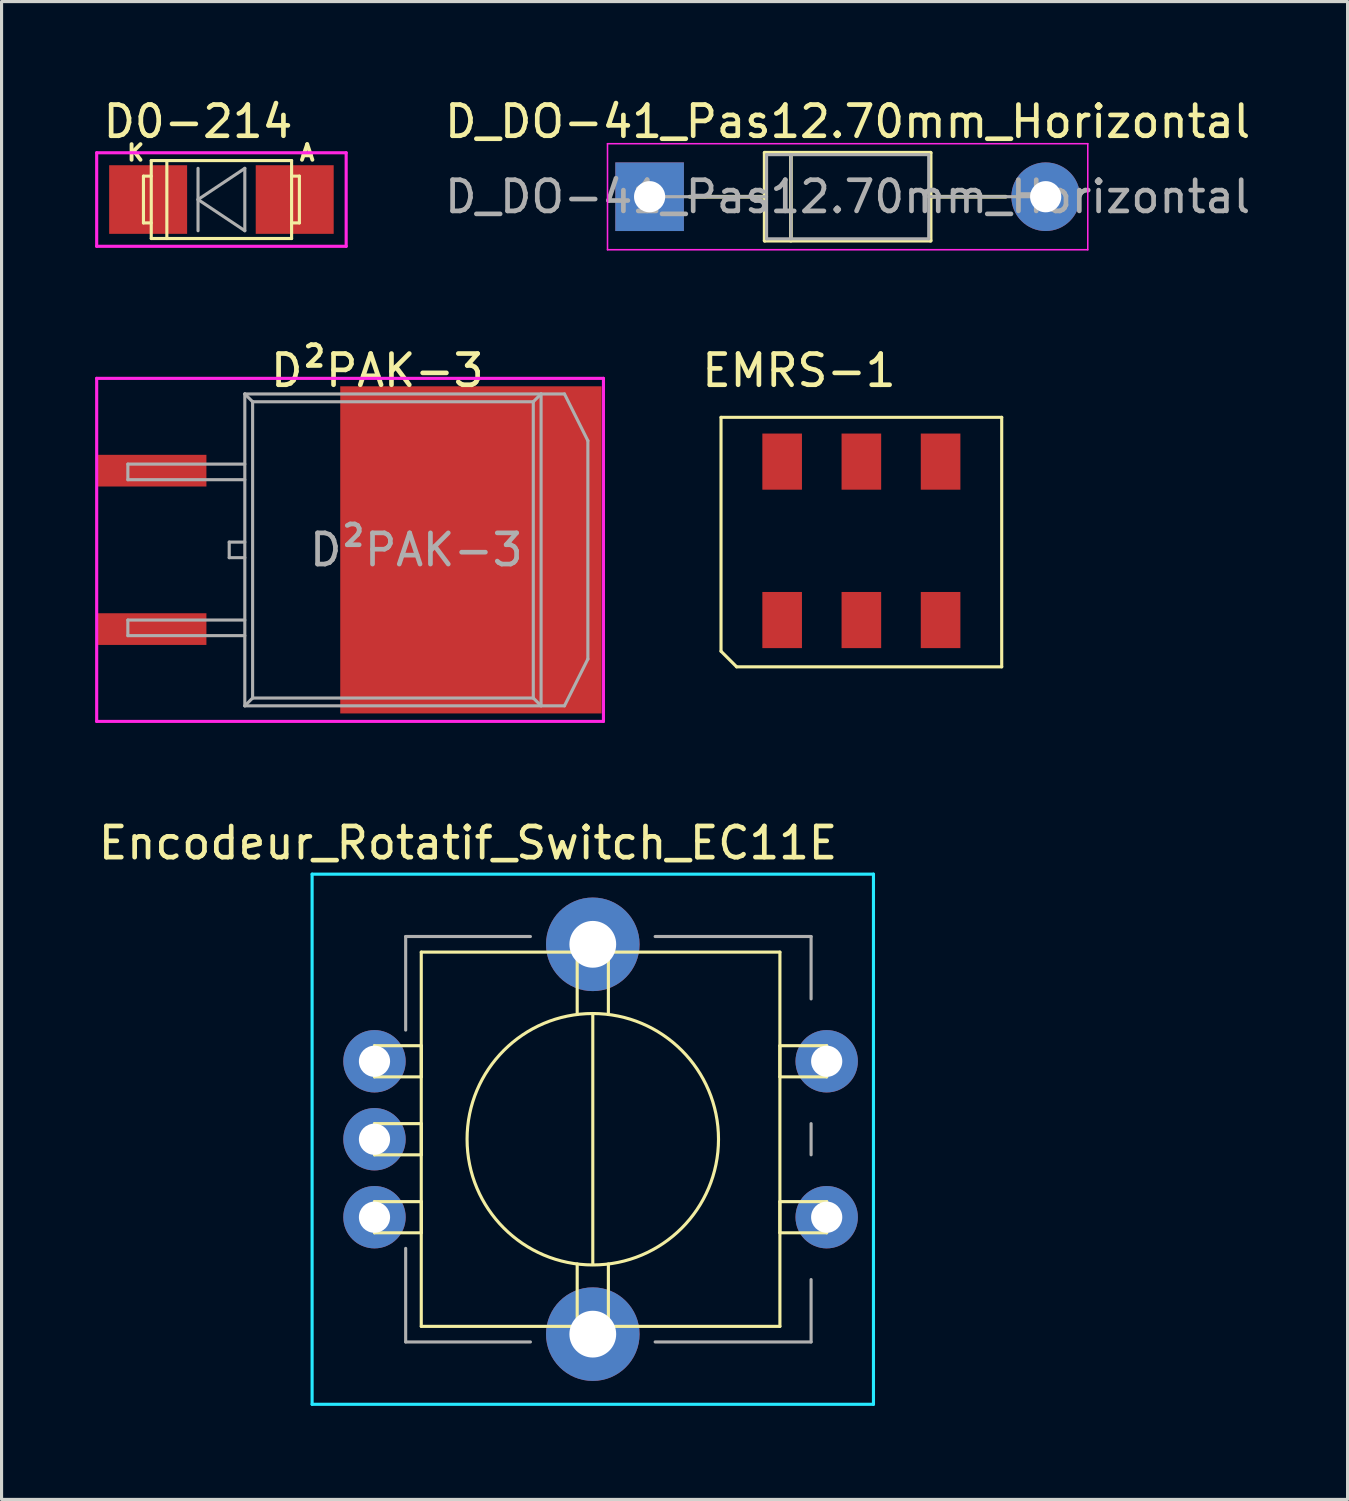
<source format=kicad_pcb>
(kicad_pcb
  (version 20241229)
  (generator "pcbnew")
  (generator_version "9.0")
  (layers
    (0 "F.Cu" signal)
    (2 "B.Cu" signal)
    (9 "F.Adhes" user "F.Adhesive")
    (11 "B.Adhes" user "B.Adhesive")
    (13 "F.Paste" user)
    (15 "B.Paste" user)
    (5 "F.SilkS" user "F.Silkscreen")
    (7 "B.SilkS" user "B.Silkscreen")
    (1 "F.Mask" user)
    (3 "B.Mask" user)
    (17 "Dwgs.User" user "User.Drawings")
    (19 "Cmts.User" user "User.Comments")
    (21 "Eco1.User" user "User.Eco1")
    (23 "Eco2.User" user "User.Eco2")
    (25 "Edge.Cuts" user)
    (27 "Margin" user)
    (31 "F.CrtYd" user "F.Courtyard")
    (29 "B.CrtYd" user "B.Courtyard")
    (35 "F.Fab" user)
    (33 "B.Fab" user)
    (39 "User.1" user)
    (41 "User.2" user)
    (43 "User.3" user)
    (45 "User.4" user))
  (footprint "Encodeur_Rotatif_Switch_EC11E"
    (layer "F.Cu")
    (at 8.958 30.98)
    (property "Reference" "Encodeur_Rotatif_Switch_EC11E" (at 3 -7 0) (layer "F.SilkS") (effects (font (size 1 1) (thickness 0.15))))
    (attr through_hole)
    (fp_line (start 0 -0.5) (end 1.5 -0.5) (stroke (width 0.1) (type solid)) (layer "F.SilkS"))
    (fp_line (start 0 0.5) (end 0 -0.5) (stroke (width 0.1) (type solid)) (layer "F.SilkS"))
    (fp_line (start 0 2) (end 0 3) (stroke (width 0.1) (type solid)) (layer "F.SilkS"))
    (fp_line (start 0 3) (end 1.5 3) (stroke (width 0.1) (type solid)) (layer "F.SilkS"))
    (fp_line (start 0 4.5) (end 0 5.5) (stroke (width 0.1) (type solid)) (layer "F.SilkS"))
    (fp_line (start 0 5.5) (end 1.5 5.5) (stroke (width 0.1) (type solid)) (layer "F.SilkS"))
    (fp_line (start 1.5 -3.5) (end 13 -3.5) (stroke (width 0.1) (type solid)) (layer "F.SilkS"))
    (fp_line (start 1.5 -0.5) (end 1.5 0.5) (stroke (width 0.1) (type solid)) (layer "F.SilkS"))
    (fp_line (start 1.5 0.5) (end 0 0.5) (stroke (width 0.1) (type solid)) (layer "F.SilkS"))
    (fp_line (start 1.5 2) (end 0 2) (stroke (width 0.1) (type solid)) (layer "F.SilkS"))
    (fp_line (start 1.5 3) (end 1.5 2) (stroke (width 0.1) (type solid)) (layer "F.SilkS"))
    (fp_line (start 1.5 4.5) (end 0 4.5) (stroke (width 0.1) (type solid)) (layer "F.SilkS"))
    (fp_line (start 1.5 5.5) (end 1.5 4.5) (stroke (width 0.1) (type solid)) (layer "F.SilkS"))
    (fp_line (start 1.5 8.5) (end 1.5 -3.5) (stroke (width 0.1) (type solid)) (layer "F.SilkS"))
    (fp_line (start 6.5 -4) (end 7.5 -4) (stroke (width 0.1) (type solid)) (layer "F.SilkS"))
    (fp_line (start 6.5 -3.5) (end 6.5 -4) (stroke (width 0.1) (type solid)) (layer "F.SilkS"))
    (fp_line (start 6.5 -1.5) (end 6.5 -3.5) (stroke (width 0.1) (type solid)) (layer "F.SilkS"))
    (fp_line (start 6.5 8.5) (end 6.5 6.5) (stroke (width 0.1) (type solid)) (layer "F.SilkS"))
    (fp_line (start 6.5 8.5) (end 6.5 9) (stroke (width 0.1) (type solid)) (layer "F.SilkS"))
    (fp_line (start 6.5 9) (end 7.5 9) (stroke (width 0.1) (type solid)) (layer "F.SilkS"))
    (fp_line (start 7 6.5) (end 7 -1.5) (stroke (width 0.1) (type solid)) (layer "F.SilkS"))
    (fp_line (start 7.5 -4) (end 7.5 -3.5) (stroke (width 0.1) (type solid)) (layer "F.SilkS"))
    (fp_line (start 7.5 -1.5) (end 7.5 -3.5) (stroke (width 0.1) (type solid)) (layer "F.SilkS"))
    (fp_line (start 7.5 8.5) (end 7.5 6.5) (stroke (width 0.1) (type solid)) (layer "F.SilkS"))
    (fp_line (start 7.5 9) (end 7.5 8.5) (stroke (width 0.1) (type solid)) (layer "F.SilkS"))
    (fp_line (start 13 -3.5) (end 13 8.5) (stroke (width 0.1) (type solid)) (layer "F.SilkS"))
    (fp_line (start 13 -0.5) (end 14.5 -0.5) (stroke (width 0.1) (type solid)) (layer "F.SilkS"))
    (fp_line (start 13 0.5) (end 13 -0.5) (stroke (width 0.1) (type solid)) (layer "F.SilkS"))
    (fp_line (start 13 4.5) (end 14.5 4.5) (stroke (width 0.1) (type solid)) (layer "F.SilkS"))
    (fp_line (start 13 5.5) (end 13 4.5) (stroke (width 0.1) (type solid)) (layer "F.SilkS"))
    (fp_line (start 13 8.5) (end 1.5 8.5) (stroke (width 0.1) (type solid)) (layer "F.SilkS"))
    (fp_line (start 14.5 -0.5) (end 14.5 0.5) (stroke (width 0.1) (type solid)) (layer "F.SilkS"))
    (fp_line (start 14.5 0.5) (end 13 0.5) (stroke (width 0.1) (type solid)) (layer "F.SilkS"))
    (fp_line (start 14.5 4.5) (end 14.5 5.5) (stroke (width 0.1) (type solid)) (layer "F.SilkS"))
    (fp_line (start 14.5 5.5) (end 13 5.5) (stroke (width 0.1) (type solid)) (layer "F.SilkS"))
    (fp_circle (center 7 2.5) (end 11 3) (stroke (width 0.1) (type solid)) (fill no) (layer "F.SilkS"))
    (fp_line (start -2 -6) (end 16 -6) (stroke (width 0.1) (type solid)) (layer "B.CrtYd"))
    (fp_line (start -2 11) (end -2 -6) (stroke (width 0.1) (type solid)) (layer "B.CrtYd"))
    (fp_line (start 16 -6) (end 16 11) (stroke (width 0.1) (type solid)) (layer "B.CrtYd"))
    (fp_line (start 16 11) (end -2 11) (stroke (width 0.1) (type solid)) (layer "B.CrtYd"))
    (fp_line (start 1 -4) (end 1 -1) (stroke (width 0.1) (type solid)) (layer "F.Fab"))
    (fp_line (start 1 9) (end 1 6) (stroke (width 0.1) (type solid)) (layer "F.Fab"))
    (fp_line (start 5 -4) (end 1 -4) (stroke (width 0.1) (type solid)) (layer "F.Fab"))
    (fp_line (start 5 9) (end 1 9) (stroke (width 0.1) (type solid)) (layer "F.Fab"))
    (fp_line (start 9 -4) (end 14 -4) (stroke (width 0.1) (type solid)) (layer "F.Fab"))
    (fp_line (start 14 -4) (end 14 -2) (stroke (width 0.1) (type solid)) (layer "F.Fab"))
    (fp_line (start 14 2) (end 14 3) (stroke (width 0.1) (type solid)) (layer "F.Fab"))
    (fp_line (start 14 7) (end 14 9) (stroke (width 0.1) (type solid)) (layer "F.Fab"))
    (fp_line (start 14 9) (end 9 9) (stroke (width 0.1) (type solid)) (layer "F.Fab"))
    (pad "A" thru_hole circle (at 0 0) (size 2 2) (drill 1) (layers "*.Cu" "*.Mask"))
    (pad "B" thru_hole circle (at 0 2.5) (size 2 2) (drill 1) (layers "*.Cu" "*.Mask"))
    (pad "C" thru_hole circle (at 0 5) (size 2 2) (drill 1) (layers "*.Cu" "*.Mask"))
    (pad "GND" thru_hole circle (at 7 -3.75) (size 3 3) (drill 1.5) (layers "*.Cu" "*.Mask"))
    (pad "GND" thru_hole circle (at 7 8.75) (size 3 3) (drill 1.5) (layers "*.Cu" "*.Mask"))
    (pad "S1" thru_hole circle (at 14.5 0) (size 2 2) (drill 1) (layers "*.Cu" "*.Mask"))
    (pad "S2" thru_hole circle (at 14.5 5) (size 2 2) (drill 1) (layers "*.Cu" "*.Mask")))
  (footprint "EMRS-1"
    (layer "F.Cu")
    (at 24.57 14.832)
    (property "Reference" "EMRS-1" (at -2 -6 0) (layer "F.SilkS") (effects (font (size 1 1) (thickness 0.15))))
    (attr through_hole)
    (fp_line (start -4.5 -4.5) (end -4.5 3) (stroke (width 0.1) (type solid)) (layer "F.SilkS"))
    (fp_line (start -4.5 -4.5) (end 4.5 -4.5) (stroke (width 0.1) (type solid)) (layer "F.SilkS"))
    (fp_line (start -4.5 3) (end -4 3.5) (stroke (width 0.1) (type solid)) (layer "F.SilkS"))
    (fp_line (start -4 3.5) (end 4.5 3.5) (stroke (width 0.1) (type solid)) (layer "F.SilkS"))
    (fp_line (start 4.5 -4.5) (end 4.5 3.5) (stroke (width 0.1) (type solid)) (layer "F.SilkS"))
    (pad "1" smd rect (at -2.54 -3.08) (size 1.27 1.8) (layers "F.Cu" "F.Mask" "F.Paste"))
    (pad "2" smd rect (at 0 -3.08) (size 1.27 1.8) (layers "F.Cu" "F.Mask" "F.Paste"))
    (pad "3" smd rect (at 2.54 -3.08) (size 1.27 1.8) (layers "F.Cu" "F.Mask" "F.Paste"))
    (pad "4" smd rect (at 2.54 2) (size 1.27 1.8) (layers "F.Cu" "F.Mask" "F.Paste"))
    (pad "5" smd rect (at 0 2) (size 1.27 1.8) (layers "F.Cu" "F.Mask" "F.Paste"))
    (pad "6" smd rect (at -2.54 2) (size 1.27 1.8) (layers "F.Cu" "F.Mask" "F.Paste")))
  (footprint "D0-214"
    (layer "F.Cu")
    (at 4.05 3.348)
    (property "Reference" "D0-214" (at -0.75 -2.5 0) (layer "F.SilkS") (effects (font (size 1 1) (thickness 0.15))))
    (attr through_hole)
    (fp_line (start -2.5 -0.75) (end -2.5 0.75) (stroke (width 0.1) (type solid)) (layer "F.SilkS"))
    (fp_line (start -2.5 0.75) (end -2.25 0.75) (stroke (width 0.1) (type solid)) (layer "F.SilkS"))
    (fp_line (start -2.25 -1.25) (end 2.25 -1.25) (stroke (width 0.1) (type solid)) (layer "F.SilkS"))
    (fp_line (start -2.25 -0.75) (end -2.5 -0.75) (stroke (width 0.1) (type solid)) (layer "F.SilkS"))
    (fp_line (start -2.25 1.25) (end -2.25 -1.25) (stroke (width 0.1) (type solid)) (layer "F.SilkS"))
    (fp_line (start -1.75 -1.25) (end -1.75 1.25) (stroke (width 0.1) (type solid)) (layer "F.SilkS"))
    (fp_line (start 2.25 -1.25) (end 2.25 1.25) (stroke (width 0.1) (type solid)) (layer "F.SilkS"))
    (fp_line (start 2.25 -0.75) (end 2.5 -0.75) (stroke (width 0.1) (type solid)) (layer "F.SilkS"))
    (fp_line (start 2.25 1.25) (end -2.25 1.25) (stroke (width 0.1) (type solid)) (layer "F.SilkS"))
    (fp_line (start 2.5 -0.75) (end 2.5 0.75) (stroke (width 0.1) (type solid)) (layer "F.SilkS"))
    (fp_line (start 2.5 0.75) (end 2.25 0.75) (stroke (width 0.1) (type solid)) (layer "F.SilkS"))
    (fp_line (start -4 -1.5) (end 4 -1.5) (stroke (width 0.1) (type solid)) (layer "F.CrtYd"))
    (fp_line (start -4 1.5) (end -4 -1.5) (stroke (width 0.1) (type solid)) (layer "F.CrtYd"))
    (fp_line (start 4 -1.5) (end 4 1.5) (stroke (width 0.1) (type solid)) (layer "F.CrtYd"))
    (fp_line (start 4 1.5) (end -4 1.5) (stroke (width 0.1) (type solid)) (layer "F.CrtYd"))
    (fp_line (start -0.75 -1) (end -0.75 1) (stroke (width 0.1) (type solid)) (layer "F.Fab"))
    (fp_line (start -0.75 0) (end 0.75 -1) (stroke (width 0.1) (type solid)) (layer "F.Fab"))
    (fp_line (start 0.75 -1) (end 0.75 1) (stroke (width 0.1) (type solid)) (layer "F.Fab"))
    (fp_line (start 0.75 1) (end -0.75 0) (stroke (width 0.1) (type solid)) (layer "F.Fab"))
    (fp_text user "A" (at 2.75 -1.5 0) (layer "F.SilkS") (effects (font (size 0.5 0.5) (thickness 0.125))))
    (fp_text user "K" (at -2.75 -1.5 0) (layer "F.SilkS") (effects (font (size 0.5 0.5) (thickness 0.125))))
    (pad "1" smd rect (at -2.35 0) (size 2.5 2.2) (layers "F.Cu" "F.Mask" "F.Paste"))
    (pad "2" smd rect (at 2.35 0) (size 2.5 2.2) (layers "F.Cu" "F.Mask" "F.Paste")))
  (footprint "D²PAK-3"
    (layer "F.Cu")
    (at 12.05 14.582)
    (property "Reference" "D²PAK-3" (at -3 -5.75 0) (layer "F.SilkS") (effects (font (size 1 1) (thickness 0.15))))
    (attr smd)
    (fp_line (start -12 -5.5) (end 4.25 -5.5) (stroke (width 0.1) (type solid)) (layer "F.CrtYd"))
    (fp_line (start -12 5.5) (end -12 -5.5) (stroke (width 0.1) (type solid)) (layer "F.CrtYd"))
    (fp_line (start 4.25 -5.5) (end 4.25 5.5) (stroke (width 0.1) (type solid)) (layer "F.CrtYd"))
    (fp_line (start 4.25 5.5) (end -12 5.5) (stroke (width 0.1) (type solid)) (layer "F.CrtYd"))
    (fp_line (start -11 -2.75) (end -11 -2.25) (stroke (width 0.1) (type solid)) (layer "F.Fab"))
    (fp_line (start -11 -2.25) (end -7.25 -2.25) (stroke (width 0.1) (type solid)) (layer "F.Fab"))
    (fp_line (start -11 2.25) (end -11 2.75) (stroke (width 0.1) (type solid)) (layer "F.Fab"))
    (fp_line (start -11 2.75) (end -7.25 2.75) (stroke (width 0.1) (type solid)) (layer "F.Fab"))
    (fp_line (start -7.75 -0.25) (end -7.75 0.25) (stroke (width 0.1) (type solid)) (layer "F.Fab"))
    (fp_line (start -7.75 0.25) (end -7.25 0.25) (stroke (width 0.1) (type solid)) (layer "F.Fab"))
    (fp_line (start -7.25 -5) (end -7.25 5) (stroke (width 0.1) (type solid)) (layer "F.Fab"))
    (fp_line (start -7.25 -2.75) (end -11 -2.75) (stroke (width 0.1) (type solid)) (layer "F.Fab"))
    (fp_line (start -7.25 -0.25) (end -7.75 -0.25) (stroke (width 0.1) (type solid)) (layer "F.Fab"))
    (fp_line (start -7.25 2.25) (end -11 2.25) (stroke (width 0.1) (type solid)) (layer "F.Fab"))
    (fp_line (start -7.25 5) (end 3 5) (stroke (width 0.1) (type solid)) (layer "F.Fab"))
    (fp_line (start -7 -4.75) (end -7.25 -5) (stroke (width 0.1) (type solid)) (layer "F.Fab"))
    (fp_line (start -7 -4.75) (end -7 4.75) (stroke (width 0.1) (type solid)) (layer "F.Fab"))
    (fp_line (start -7 4.75) (end -7.25 5) (stroke (width 0.1) (type solid)) (layer "F.Fab"))
    (fp_line (start -7 4.75) (end 2 4.75) (stroke (width 0.1) (type solid)) (layer "F.Fab"))
    (fp_line (start 2 -4.75) (end -7 -4.75) (stroke (width 0.1) (type solid)) (layer "F.Fab"))
    (fp_line (start 2 4.75) (end 2 -4.75) (stroke (width 0.1) (type solid)) (layer "F.Fab"))
    (fp_line (start 2 4.75) (end 2.25 5) (stroke (width 0.1) (type solid)) (layer "F.Fab"))
    (fp_line (start 2.25 -5) (end 2 -4.75) (stroke (width 0.1) (type solid)) (layer "F.Fab"))
    (fp_line (start 2.25 -5) (end 2.25 5) (stroke (width 0.1) (type solid)) (layer "F.Fab"))
    (fp_line (start 3 -5) (end -7.25 -5) (stroke (width 0.1) (type solid)) (layer "F.Fab"))
    (fp_line (start 3 5) (end 3.75 3.5) (stroke (width 0.1) (type solid)) (layer "F.Fab"))
    (fp_line (start 3.75 -3.5) (end 3 -5) (stroke (width 0.1) (type solid)) (layer "F.Fab"))
    (fp_line (start 3.75 3.5) (end 3.75 -3.5) (stroke (width 0.1) (type solid)) (layer "F.Fab"))
    (fp_text user "${REFERENCE}" (at -1.75 0 0) (layer "F.Fab") (effects (font (size 1 1) (thickness 0.15))))
    (pad "1" smd rect (at -10.233 -2.54) (size 3.504 1.016) (layers "F.Cu" "F.Mask" "F.Paste"))
    (pad "2" smd rect (at 0 0) (size 8.38 10.49) (layers "F.Cu" "F.Mask"))
    (pad "3" smd rect (at -10.233 2.54) (size 3.504 1.016) (layers "F.Cu" "F.Mask" "F.Paste")))
  (footprint "D_DO-41_Pas12.70mm_Horizontal"
    (layer "F.Cu")
    (at 17.78 3.258)
    (property "Reference" "D_DO-41_Pas12.70mm_Horizontal" (at 6.35 -2.41 0) (layer "F.SilkS") (effects (font (size 1 1) (thickness 0.15))))
    (attr through_hole)
    (fp_line (start 1.28 0) (end 3.69 0) (stroke (width 0.12) (type solid)) (layer "F.SilkS"))
    (fp_line (start 3.69 -1.41) (end 3.69 1.41) (stroke (width 0.12) (type solid)) (layer "F.SilkS"))
    (fp_line (start 3.69 1.41) (end 9.01 1.41) (stroke (width 0.12) (type solid)) (layer "F.SilkS"))
    (fp_line (start 4.53 -1.41) (end 4.53 1.41) (stroke (width 0.12) (type solid)) (layer "F.SilkS"))
    (fp_line (start 9.01 -1.41) (end 3.69 -1.41) (stroke (width 0.12) (type solid)) (layer "F.SilkS"))
    (fp_line (start 9.01 1.41) (end 9.01 -1.41) (stroke (width 0.12) (type solid)) (layer "F.SilkS"))
    (fp_line (start 11.42 0) (end 9.01 0) (stroke (width 0.12) (type solid)) (layer "F.SilkS"))
    (fp_line (start -1.35 -1.7) (end -1.35 1.7) (stroke (width 0.05) (type solid)) (layer "F.CrtYd"))
    (fp_line (start -1.35 1.7) (end 14.05 1.7) (stroke (width 0.05) (type solid)) (layer "F.CrtYd"))
    (fp_line (start 14.05 -1.7) (end -1.35 -1.7) (stroke (width 0.05) (type solid)) (layer "F.CrtYd"))
    (fp_line (start 14.05 1.7) (end 14.05 -1.7) (stroke (width 0.05) (type solid)) (layer "F.CrtYd"))
    (fp_line (start 0 0) (end 3.75 0) (stroke (width 0.1) (type solid)) (layer "F.Fab"))
    (fp_line (start 3.75 -1.35) (end 3.75 1.35) (stroke (width 0.1) (type solid)) (layer "F.Fab"))
    (fp_line (start 3.75 1.35) (end 8.95 1.35) (stroke (width 0.1) (type solid)) (layer "F.Fab"))
    (fp_line (start 4.53 -1.35) (end 4.53 1.35) (stroke (width 0.1) (type solid)) (layer "F.Fab"))
    (fp_line (start 8.95 -1.35) (end 3.75 -1.35) (stroke (width 0.1) (type solid)) (layer "F.Fab"))
    (fp_line (start 8.95 1.35) (end 8.95 -1.35) (stroke (width 0.1) (type solid)) (layer "F.Fab"))
    (fp_line (start 12.7 0) (end 8.95 0) (stroke (width 0.1) (type solid)) (layer "F.Fab"))
    (fp_text user "${REFERENCE}" (at 6.35 0 0) (layer "F.Fab") (effects (font (size 1 1) (thickness 0.15))))
    (pad "1" thru_hole rect (at 0 0) (size 2.2 2.2) (drill 1) (layers "*.Cu" "*.Mask"))
    (pad "2" thru_hole oval (at 12.7 0) (size 2.2 2.2) (drill 1) (layers "*.Cu" "*.Mask")))
  (gr_rect
    (start -3 -3)
    (end 40.16 45.03)
    (stroke (width 0.1) (type default))
    (fill no)
    (layer "Edge.Cuts")))
</source>
